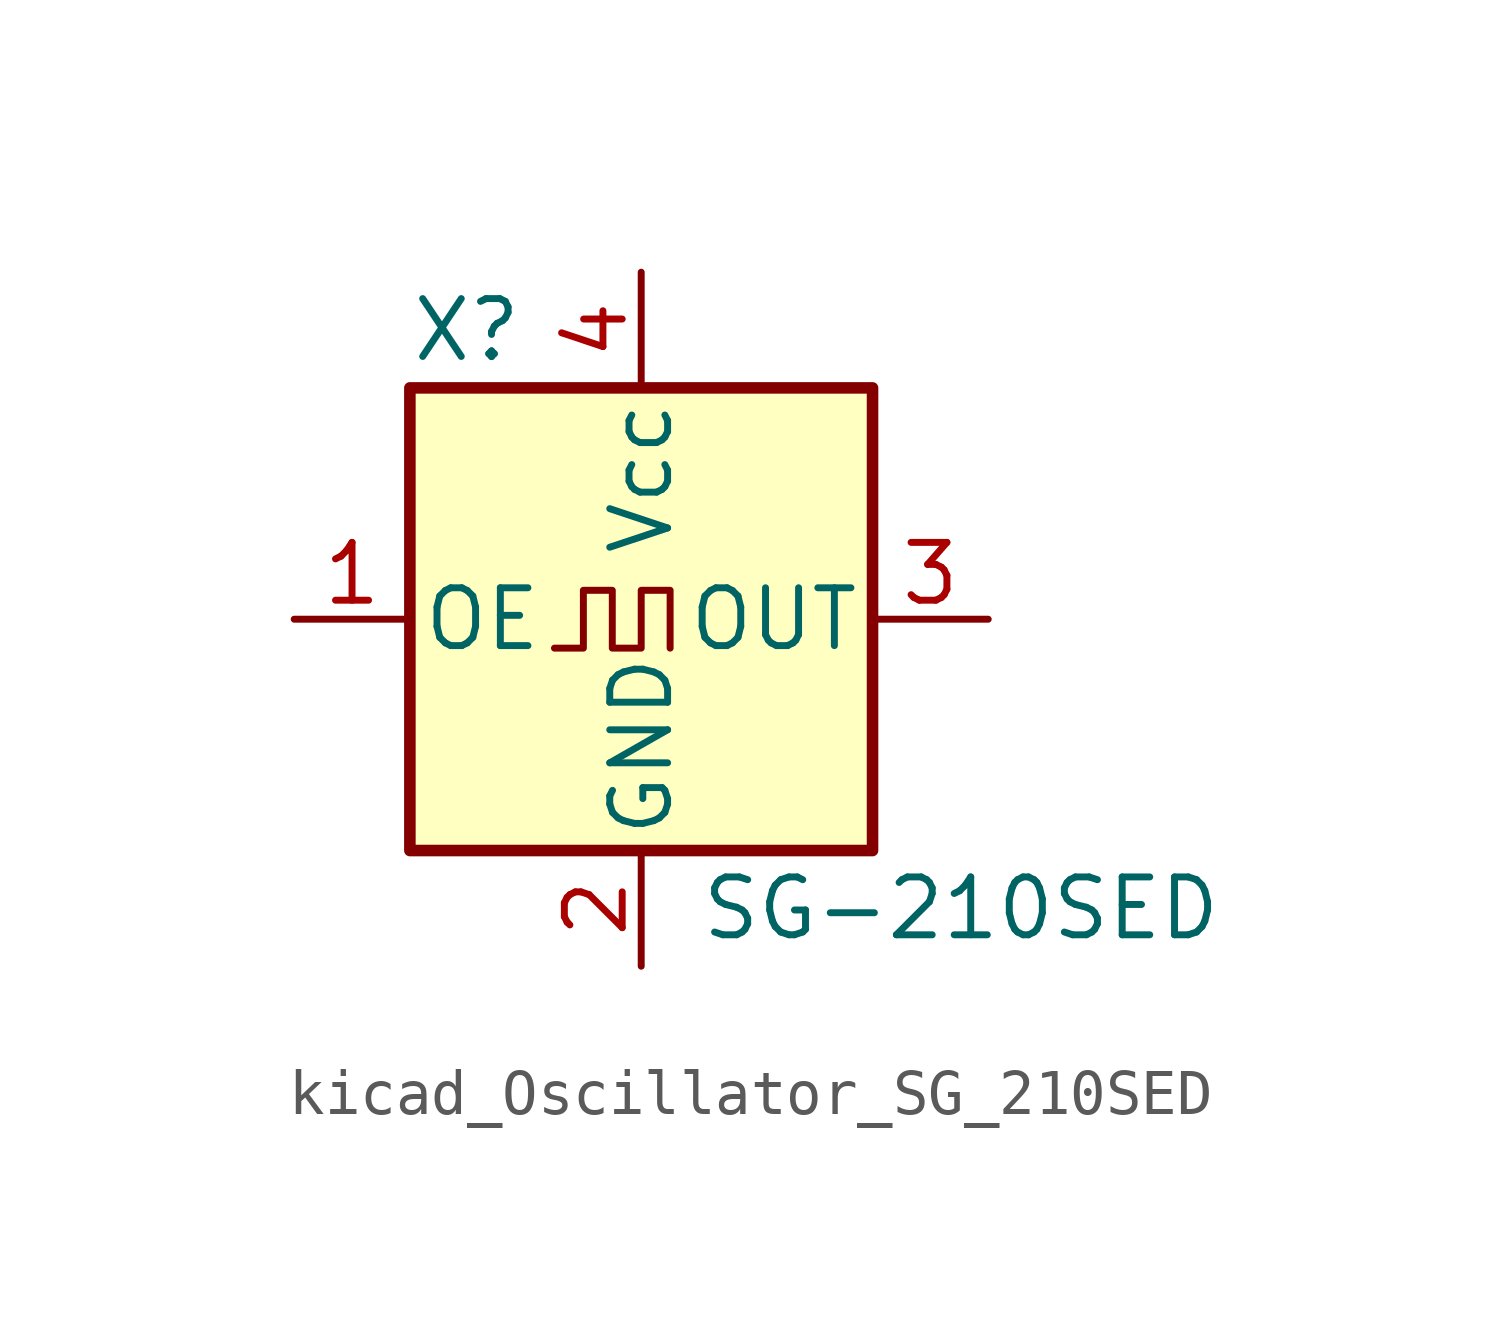
<source format=kicad_sym>
(kicad_symbol_lib
  (version 20220914)
  (generator kicad_symbol_editor)
  (symbol "kicad_Oscillator_SG_210SED"
    (pin_names
      (offset 0.254))
    (property "Reference" "X"
      (at -5.08 6.35 0)
      (effects (font (size 1.27 1.27)) (justify left)))
    (property "Value" "SG-210SED"
      (at 1.27 -6.35 0)
      (effects (font (size 1.27 1.27)) (justify left)))
    (symbol "kicad_Oscillator_SG_210SED_0_1"
      (rectangle (start -5.08 5.08) (end 5.08 -5.08) (stroke (width 0.254) (type default)) (fill (type background)))
      (polyline (pts (xy -1.905 -0.635) (xy -1.27 -0.635) (xy -1.27 0.635) (xy -0.635 0.635) (xy -0.635 -0.635) (xy 0 -0.635) (xy 0 0.635) (xy 0.635 0.635) (xy 0.635 -0.635)) (stroke (width 0) (type default)) (fill (type none))))
    (symbol "kicad_Oscillator_SG_210SED_1_1"
      (pin input line (at -7.62 0 0) (length 2.54) (name "OE" (effects (font (size 1.27 1.27)))) (number "1" (effects (font (size 1.27 1.27)))))
      (pin power_in line (at 0 -7.62 90) (length 2.54) (name "GND" (effects (font (size 1.27 1.27)))) (number "2" (effects (font (size 1.27 1.27)))))
      (pin output line (at 7.62 0 180) (length 2.54) (name "OUT" (effects (font (size 1.27 1.27)))) (number "3" (effects (font (size 1.27 1.27)))))
      (pin power_in line (at 0 7.62 270) (length 2.54) (name "Vcc" (effects (font (size 1.27 1.27)))) (number "4" (effects (font (size 1.27 1.27))))))))
</source>
